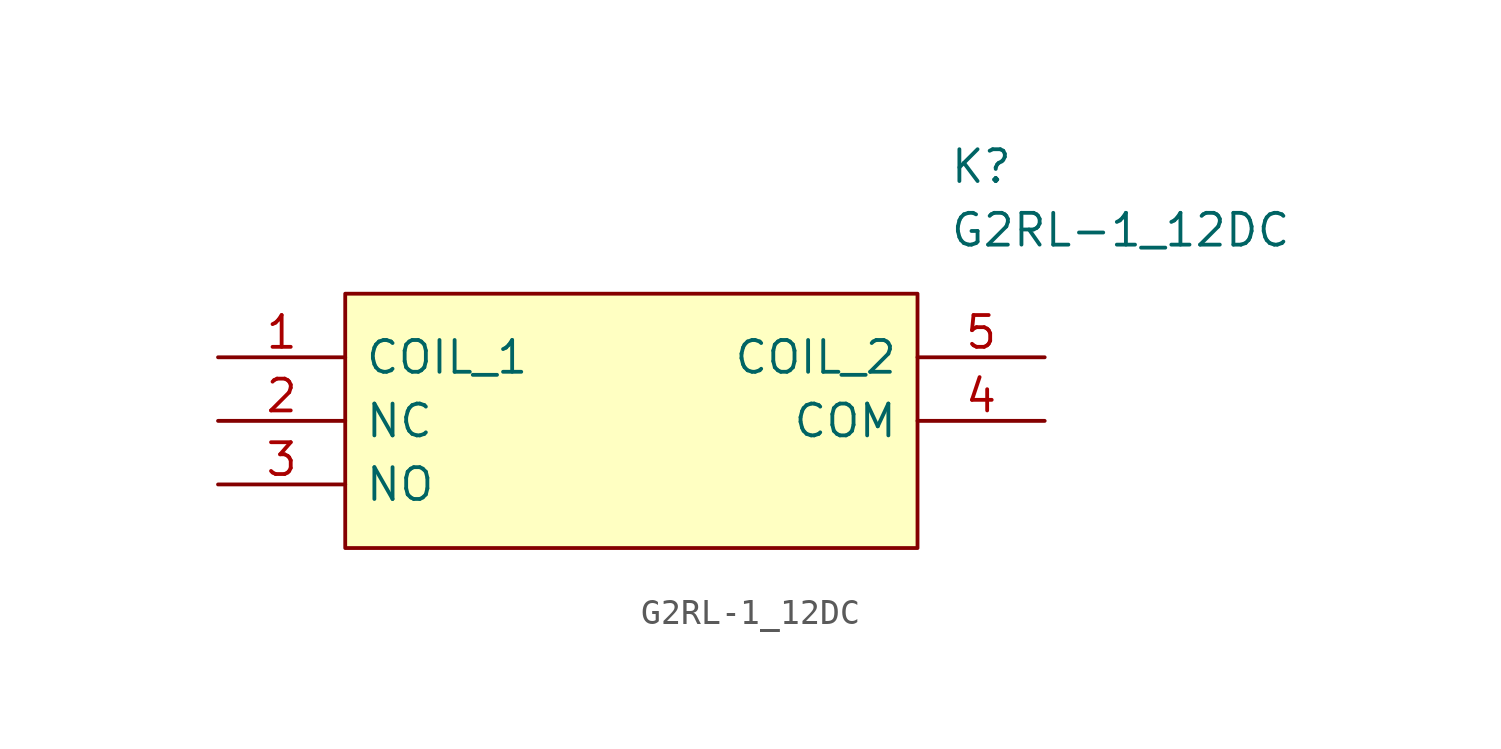
<source format=kicad_sym>
(kicad_symbol_lib
  (version 20211014)
  (generator kicad_symbol_editor)
  (symbol "G2RL-1_12DC"
    (pin_names
      (offset 0.762))
    (property "Reference" "K"
      (at 29.21 7.62 0)
      (effects (font (size 1.27 1.27)) (justify left)))
    (property "Value" "G2RL-1_12DC"
      (at 29.21 5.08 0)
      (effects (font (size 1.27 1.27)) (justify left)))
    (symbol "G2RL-1_12DC_0_0"
      (pin passive line (at 0 0 0) (length 5.08) (name "COIL_1" (effects (font (size 1.27 1.27)))) (number "1" (effects (font (size 1.27 1.27)))))
      (pin passive line (at 0 -2.54 0) (length 5.08) (name "NC" (effects (font (size 1.27 1.27)))) (number "2" (effects (font (size 1.27 1.27)))))
      (pin passive line (at 0 -5.08 0) (length 5.08) (name "NO" (effects (font (size 1.27 1.27)))) (number "3" (effects (font (size 1.27 1.27)))))
      (pin passive line (at 33.02 -2.54 180) (length 5.08) (name "COM" (effects (font (size 1.27 1.27)))) (number "4" (effects (font (size 1.27 1.27)))))
      (pin passive line (at 33.02 0 180) (length 5.08) (name "COIL_2" (effects (font (size 1.27 1.27)))) (number "5" (effects (font (size 1.27 1.27))))))
    (symbol "G2RL-1_12DC_0_1"
      (polyline (pts (xy 5.08 2.54) (xy 27.94 2.54) (xy 27.94 -7.62) (xy 5.08 -7.62) (xy 5.08 2.54)) (stroke (width 0.152) (type default) (color 0 0 0 0)) (fill (type background))))))
</source>
